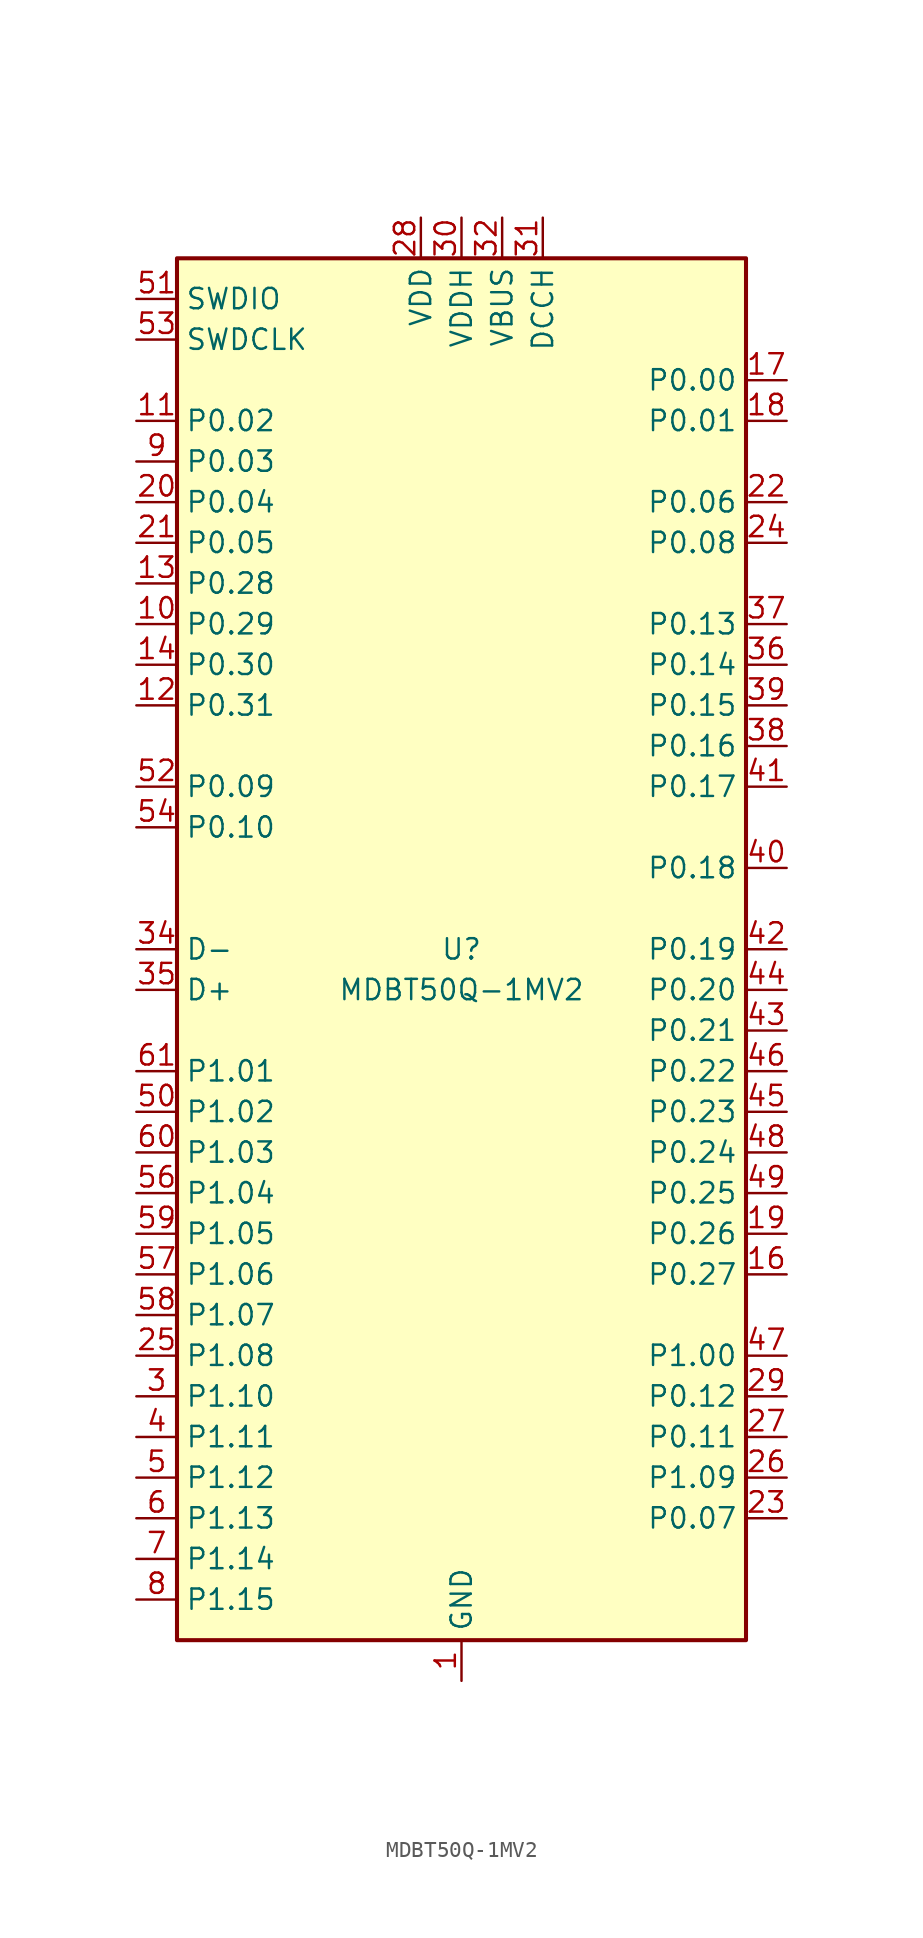
<source format=kicad_sym>
(kicad_symbol_lib
  (version 20220914)
  (generator kicad_symbol_editor)
  (symbol "MDBT50Q-1MV2"
    (property "Reference" "U"
      (at 0 0 0)
      (effects (font (size 1.27 1.27))))
    (property "Value" "MDBT50Q-1MV2"
      (at 0 -2.54 0)
      (effects (font (size 1.27 1.27))))
    (symbol "MDBT50Q-1MV2_0_1"
      (rectangle (start -17.78 43.18) (end 17.78 -43.18) (stroke (width 0.254) (type default)) (fill (type background))))
    (symbol "MDBT50Q-1MV2_1_1"
      (pin power_in line (at 0 -45.72 90) (length 2.54) (name "GND" (effects (font (size 1.27 1.27)))) (number "1" (effects (font (size 1.27 1.27)))))
      (pin bidirectional line (at -20.32 20.32 0) (length 2.54) (name "P0.29" (effects (font (size 1.27 1.27)))) (number "10" (effects (font (size 1.27 1.27)))) (alternate "AIN5" input line))
      (pin bidirectional line (at -20.32 33.02 0) (length 2.54) (name "P0.02" (effects (font (size 1.27 1.27)))) (number "11" (effects (font (size 1.27 1.27)))) (alternate "AIN0" input line))
      (pin bidirectional line (at -20.32 15.24 0) (length 2.54) (name "P0.31" (effects (font (size 1.27 1.27)))) (number "12" (effects (font (size 1.27 1.27)))) (alternate "AIN7" input line))
      (pin bidirectional line (at -20.32 22.86 0) (length 2.54) (name "P0.28" (effects (font (size 1.27 1.27)))) (number "13" (effects (font (size 1.27 1.27)))) (alternate "AIN4" input line))
      (pin bidirectional line (at -20.32 17.78 0) (length 2.54) (name "P0.30" (effects (font (size 1.27 1.27)))) (number "14" (effects (font (size 1.27 1.27)))) (alternate "AIN6" input line))
      (pin passive line (at 0 -45.72 90) (length 2.54) hide (name "GND" (effects (font (size 1.27 1.27)))) (number "15" (effects (font (size 1.27 1.27)))))
      (pin bidirectional line (at 20.32 -20.32 180) (length 2.54) (name "P0.27" (effects (font (size 1.27 1.27)))) (number "16" (effects (font (size 1.27 1.27)))))
      (pin bidirectional line (at 20.32 35.56 180) (length 2.54) (name "P0.00" (effects (font (size 1.27 1.27)))) (number "17" (effects (font (size 1.27 1.27)))) (alternate "XL1" input line))
      (pin bidirectional line (at 20.32 33.02 180) (length 2.54) (name "P0.01" (effects (font (size 1.27 1.27)))) (number "18" (effects (font (size 1.27 1.27)))) (alternate "XL2" input line))
      (pin bidirectional line (at 20.32 -17.78 180) (length 2.54) (name "P0.26" (effects (font (size 1.27 1.27)))) (number "19" (effects (font (size 1.27 1.27)))))
      (pin passive line (at 0 -45.72 90) (length 2.54) hide (name "GND" (effects (font (size 1.27 1.27)))) (number "2" (effects (font (size 1.27 1.27)))))
      (pin bidirectional line (at -20.32 27.94 0) (length 2.54) (name "P0.04" (effects (font (size 1.27 1.27)))) (number "20" (effects (font (size 1.27 1.27)))) (alternate "AIN2" input line))
      (pin bidirectional line (at -20.32 25.4 0) (length 2.54) (name "P0.05" (effects (font (size 1.27 1.27)))) (number "21" (effects (font (size 1.27 1.27)))) (alternate "AIN3" input line))
      (pin bidirectional line (at 20.32 27.94 180) (length 2.54) (name "P0.06" (effects (font (size 1.27 1.27)))) (number "22" (effects (font (size 1.27 1.27)))))
      (pin bidirectional line (at 20.32 -35.56 180) (length 2.54) (name "P0.07" (effects (font (size 1.27 1.27)))) (number "23" (effects (font (size 1.27 1.27)))) (alternate "TRACECLK" output line))
      (pin bidirectional line (at 20.32 25.4 180) (length 2.54) (name "P0.08" (effects (font (size 1.27 1.27)))) (number "24" (effects (font (size 1.27 1.27)))))
      (pin bidirectional line (at -20.32 -25.4 0) (length 2.54) (name "P1.08" (effects (font (size 1.27 1.27)))) (number "25" (effects (font (size 1.27 1.27)))))
      (pin bidirectional line (at 20.32 -33.02 180) (length 2.54) (name "P1.09" (effects (font (size 1.27 1.27)))) (number "26" (effects (font (size 1.27 1.27)))) (alternate "TRACEDATA3" output line))
      (pin bidirectional line (at 20.32 -30.48 180) (length 2.54) (name "P0.11" (effects (font (size 1.27 1.27)))) (number "27" (effects (font (size 1.27 1.27)))) (alternate "TRACEDATA2" output line))
      (pin power_in line (at -2.54 45.72 270) (length 2.54) (name "VDD" (effects (font (size 1.27 1.27)))) (number "28" (effects (font (size 1.27 1.27)))))
      (pin bidirectional line (at 20.32 -27.94 180) (length 2.54) (name "P0.12" (effects (font (size 1.27 1.27)))) (number "29" (effects (font (size 1.27 1.27)))) (alternate "TRACEDATA1" output line))
      (pin bidirectional line (at -20.32 -27.94 0) (length 2.54) (name "P1.10" (effects (font (size 1.27 1.27)))) (number "3" (effects (font (size 1.27 1.27)))))
      (pin power_in line (at 0 45.72 270) (length 2.54) (name "VDDH" (effects (font (size 1.27 1.27)))) (number "30" (effects (font (size 1.27 1.27)))))
      (pin power_out line (at 5.08 45.72 270) (length 2.54) (name "DCCH" (effects (font (size 1.27 1.27)))) (number "31" (effects (font (size 1.27 1.27)))))
      (pin power_in line (at 2.54 45.72 270) (length 2.54) (name "VBUS" (effects (font (size 1.27 1.27)))) (number "32" (effects (font (size 1.27 1.27)))))
      (pin passive line (at 0 -45.72 90) (length 2.54) hide (name "GND" (effects (font (size 1.27 1.27)))) (number "33" (effects (font (size 1.27 1.27)))))
      (pin bidirectional line (at -20.32 0 0) (length 2.54) (name "D-" (effects (font (size 1.27 1.27)))) (number "34" (effects (font (size 1.27 1.27)))))
      (pin bidirectional line (at -20.32 -2.54 0) (length 2.54) (name "D+" (effects (font (size 1.27 1.27)))) (number "35" (effects (font (size 1.27 1.27)))))
      (pin bidirectional line (at 20.32 17.78 180) (length 2.54) (name "P0.14" (effects (font (size 1.27 1.27)))) (number "36" (effects (font (size 1.27 1.27)))))
      (pin bidirectional line (at 20.32 20.32 180) (length 2.54) (name "P0.13" (effects (font (size 1.27 1.27)))) (number "37" (effects (font (size 1.27 1.27)))))
      (pin bidirectional line (at 20.32 12.7 180) (length 2.54) (name "P0.16" (effects (font (size 1.27 1.27)))) (number "38" (effects (font (size 1.27 1.27)))))
      (pin bidirectional line (at 20.32 15.24 180) (length 2.54) (name "P0.15" (effects (font (size 1.27 1.27)))) (number "39" (effects (font (size 1.27 1.27)))))
      (pin bidirectional line (at -20.32 -30.48 0) (length 2.54) (name "P1.11" (effects (font (size 1.27 1.27)))) (number "4" (effects (font (size 1.27 1.27)))))
      (pin bidirectional line (at 20.32 5.08 180) (length 2.54) (name "P0.18" (effects (font (size 1.27 1.27)))) (number "40" (effects (font (size 1.27 1.27)))) (alternate "~{RESET}" input line))
      (pin bidirectional line (at 20.32 10.16 180) (length 2.54) (name "P0.17" (effects (font (size 1.27 1.27)))) (number "41" (effects (font (size 1.27 1.27)))))
      (pin bidirectional line (at 20.32 0 180) (length 2.54) (name "P0.19" (effects (font (size 1.27 1.27)))) (number "42" (effects (font (size 1.27 1.27)))))
      (pin bidirectional line (at 20.32 -5.08 180) (length 2.54) (name "P0.21" (effects (font (size 1.27 1.27)))) (number "43" (effects (font (size 1.27 1.27)))))
      (pin bidirectional line (at 20.32 -2.54 180) (length 2.54) (name "P0.20" (effects (font (size 1.27 1.27)))) (number "44" (effects (font (size 1.27 1.27)))))
      (pin bidirectional line (at 20.32 -10.16 180) (length 2.54) (name "P0.23" (effects (font (size 1.27 1.27)))) (number "45" (effects (font (size 1.27 1.27)))))
      (pin bidirectional line (at 20.32 -7.62 180) (length 2.54) (name "P0.22" (effects (font (size 1.27 1.27)))) (number "46" (effects (font (size 1.27 1.27)))))
      (pin bidirectional line (at 20.32 -25.4 180) (length 2.54) (name "P1.00" (effects (font (size 1.27 1.27)))) (number "47" (effects (font (size 1.27 1.27)))) (alternate "TRACEDATA0" output line))
      (pin bidirectional line (at 20.32 -12.7 180) (length 2.54) (name "P0.24" (effects (font (size 1.27 1.27)))) (number "48" (effects (font (size 1.27 1.27)))))
      (pin bidirectional line (at 20.32 -15.24 180) (length 2.54) (name "P0.25" (effects (font (size 1.27 1.27)))) (number "49" (effects (font (size 1.27 1.27)))))
      (pin bidirectional line (at -20.32 -33.02 0) (length 2.54) (name "P1.12" (effects (font (size 1.27 1.27)))) (number "5" (effects (font (size 1.27 1.27)))))
      (pin bidirectional line (at -20.32 -10.16 0) (length 2.54) (name "P1.02" (effects (font (size 1.27 1.27)))) (number "50" (effects (font (size 1.27 1.27)))))
      (pin bidirectional line (at -20.32 40.64 0) (length 2.54) (name "SWDIO" (effects (font (size 1.27 1.27)))) (number "51" (effects (font (size 1.27 1.27)))))
      (pin bidirectional line (at -20.32 10.16 0) (length 2.54) (name "P0.09" (effects (font (size 1.27 1.27)))) (number "52" (effects (font (size 1.27 1.27)))) (alternate "NFC1" input line))
      (pin input line (at -20.32 38.1 0) (length 2.54) (name "SWDCLK" (effects (font (size 1.27 1.27)))) (number "53" (effects (font (size 1.27 1.27)))))
      (pin bidirectional line (at -20.32 7.62 0) (length 2.54) (name "P0.10" (effects (font (size 1.27 1.27)))) (number "54" (effects (font (size 1.27 1.27)))) (alternate "NFC2" input line))
      (pin passive line (at 0 -45.72 90) (length 2.54) hide (name "GND" (effects (font (size 1.27 1.27)))) (number "55" (effects (font (size 1.27 1.27)))))
      (pin bidirectional line (at -20.32 -15.24 0) (length 2.54) (name "P1.04" (effects (font (size 1.27 1.27)))) (number "56" (effects (font (size 1.27 1.27)))))
      (pin bidirectional line (at -20.32 -20.32 0) (length 2.54) (name "P1.06" (effects (font (size 1.27 1.27)))) (number "57" (effects (font (size 1.27 1.27)))))
      (pin bidirectional line (at -20.32 -22.86 0) (length 2.54) (name "P1.07" (effects (font (size 1.27 1.27)))) (number "58" (effects (font (size 1.27 1.27)))))
      (pin bidirectional line (at -20.32 -17.78 0) (length 2.54) (name "P1.05" (effects (font (size 1.27 1.27)))) (number "59" (effects (font (size 1.27 1.27)))))
      (pin bidirectional line (at -20.32 -35.56 0) (length 2.54) (name "P1.13" (effects (font (size 1.27 1.27)))) (number "6" (effects (font (size 1.27 1.27)))))
      (pin bidirectional line (at -20.32 -12.7 0) (length 2.54) (name "P1.03" (effects (font (size 1.27 1.27)))) (number "60" (effects (font (size 1.27 1.27)))))
      (pin bidirectional line (at -20.32 -7.62 0) (length 2.54) (name "P1.01" (effects (font (size 1.27 1.27)))) (number "61" (effects (font (size 1.27 1.27)))))
      (pin bidirectional line (at -20.32 -38.1 0) (length 2.54) (name "P1.14" (effects (font (size 1.27 1.27)))) (number "7" (effects (font (size 1.27 1.27)))))
      (pin bidirectional line (at -20.32 -40.64 0) (length 2.54) (name "P1.15" (effects (font (size 1.27 1.27)))) (number "8" (effects (font (size 1.27 1.27)))))
      (pin bidirectional line (at -20.32 30.48 0) (length 2.54) (name "P0.03" (effects (font (size 1.27 1.27)))) (number "9" (effects (font (size 1.27 1.27)))) (alternate "AIN1" input line)))))
</source>
